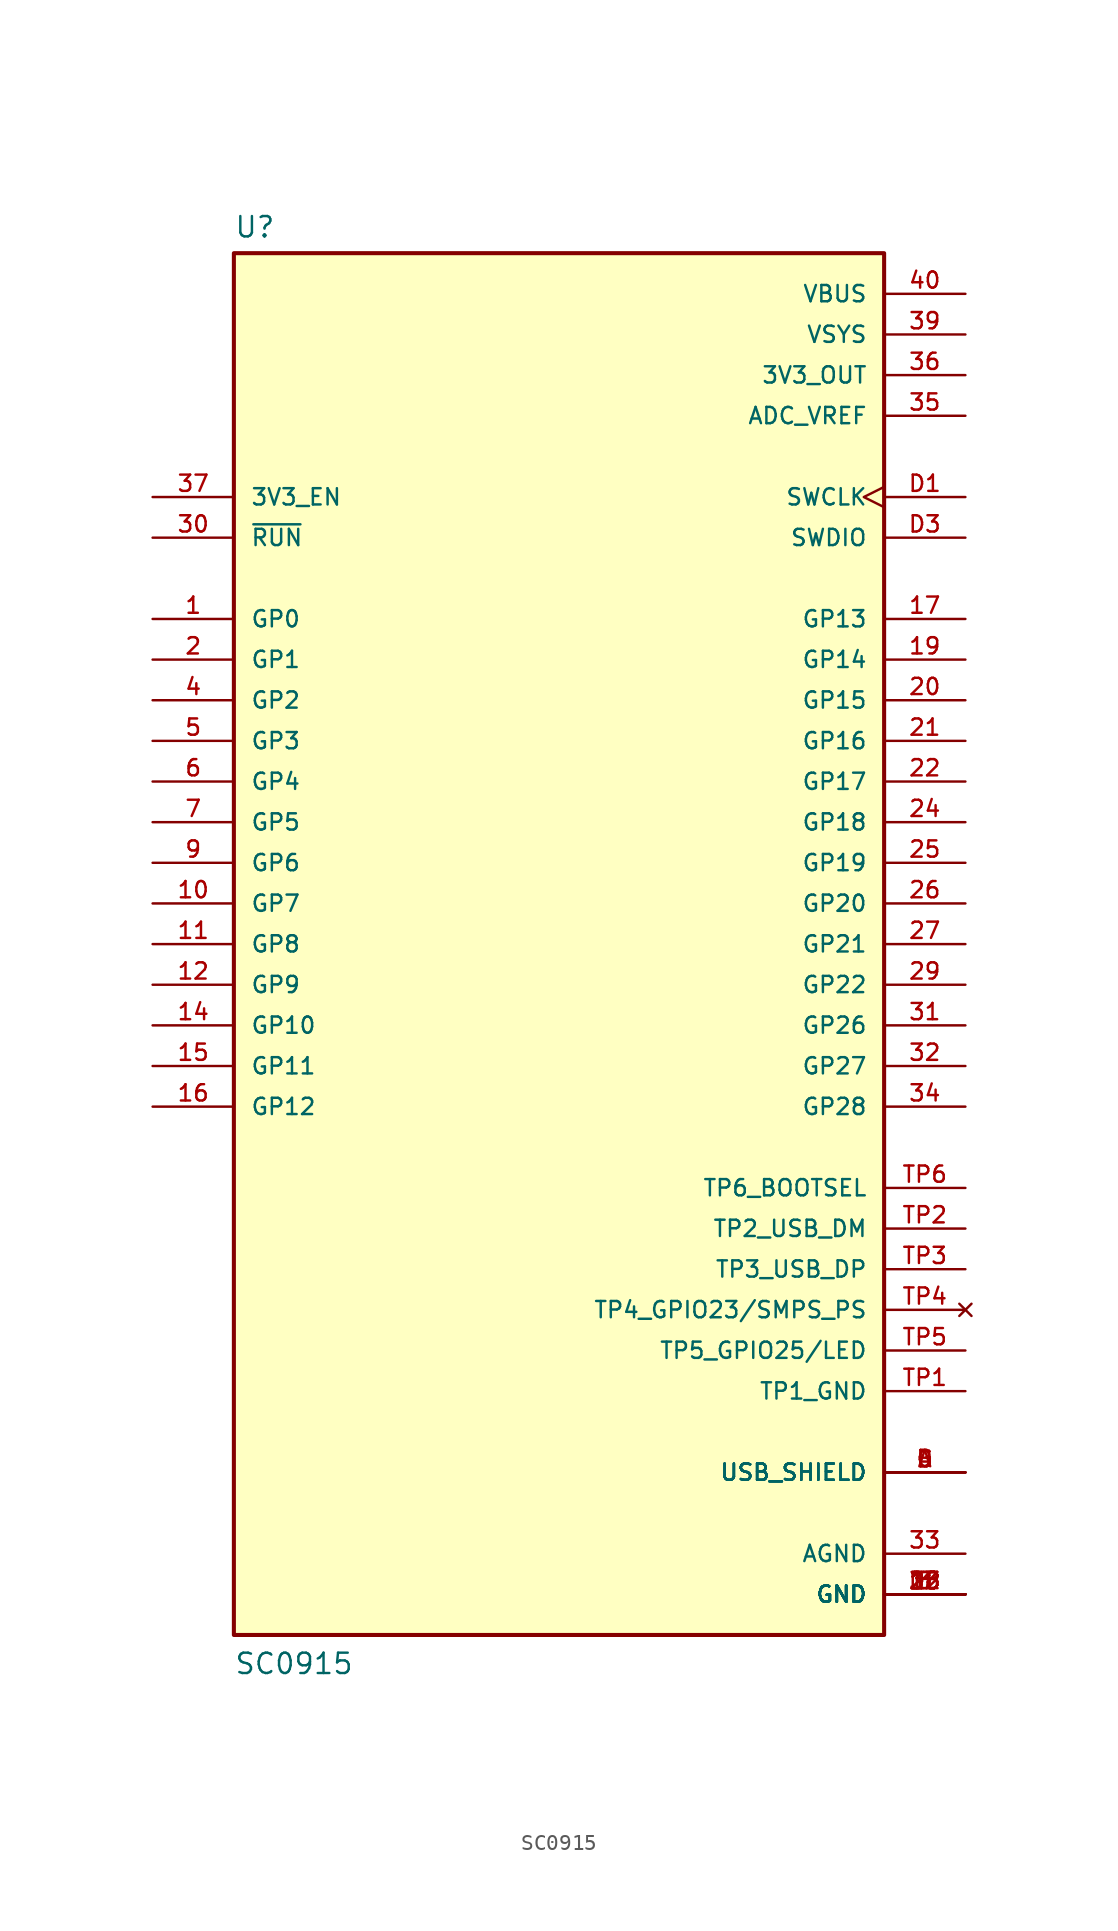
<source format=kicad_sym>
(kicad_symbol_lib
  (version 20220914)
  (generator kicad_symbol_editor)
  (symbol "SC0915"
    (pin_names
      (offset 1.016))
    (property "Reference" "U"
      (at -20.32 44.069 0)
      (effects (font (size 1.27 1.27)) (justify left bottom)))
    (property "Value" "SC0915"
      (at -20.32 -45.72 0)
      (effects (font (size 1.27 1.27)) (justify left bottom)))
    (symbol "SC0915_0_0"
      (rectangle (start -20.32 -43.18) (end 20.32 43.18) (stroke (width 0.254) (type default)) (fill (type background)))
      (pin bidirectional line (at -25.4 20.32 0) (length 5.08) (name "GP0" (effects (font (size 1.016 1.016)))) (number "1" (effects (font (size 1.016 1.016)))))
      (pin bidirectional line (at -25.4 2.54 0) (length 5.08) (name "GP7" (effects (font (size 1.016 1.016)))) (number "10" (effects (font (size 1.016 1.016)))))
      (pin bidirectional line (at -25.4 0 0) (length 5.08) (name "GP8" (effects (font (size 1.016 1.016)))) (number "11" (effects (font (size 1.016 1.016)))))
      (pin bidirectional line (at -25.4 -2.54 0) (length 5.08) (name "GP9" (effects (font (size 1.016 1.016)))) (number "12" (effects (font (size 1.016 1.016)))))
      (pin power_in line (at 25.4 -40.64 180) (length 5.08) (name "GND" (effects (font (size 1.016 1.016)))) (number "13" (effects (font (size 1.016 1.016)))))
      (pin bidirectional line (at -25.4 -5.08 0) (length 5.08) (name "GP10" (effects (font (size 1.016 1.016)))) (number "14" (effects (font (size 1.016 1.016)))))
      (pin bidirectional line (at -25.4 -7.62 0) (length 5.08) (name "GP11" (effects (font (size 1.016 1.016)))) (number "15" (effects (font (size 1.016 1.016)))))
      (pin bidirectional line (at -25.4 -10.16 0) (length 5.08) (name "GP12" (effects (font (size 1.016 1.016)))) (number "16" (effects (font (size 1.016 1.016)))))
      (pin bidirectional line (at 25.4 20.32 180) (length 5.08) (name "GP13" (effects (font (size 1.016 1.016)))) (number "17" (effects (font (size 1.016 1.016)))))
      (pin power_in line (at 25.4 -40.64 180) (length 5.08) (name "GND" (effects (font (size 1.016 1.016)))) (number "18" (effects (font (size 1.016 1.016)))))
      (pin bidirectional line (at 25.4 17.78 180) (length 5.08) (name "GP14" (effects (font (size 1.016 1.016)))) (number "19" (effects (font (size 1.016 1.016)))))
      (pin bidirectional line (at -25.4 17.78 0) (length 5.08) (name "GP1" (effects (font (size 1.016 1.016)))) (number "2" (effects (font (size 1.016 1.016)))))
      (pin bidirectional line (at 25.4 15.24 180) (length 5.08) (name "GP15" (effects (font (size 1.016 1.016)))) (number "20" (effects (font (size 1.016 1.016)))))
      (pin bidirectional line (at 25.4 12.7 180) (length 5.08) (name "GP16" (effects (font (size 1.016 1.016)))) (number "21" (effects (font (size 1.016 1.016)))))
      (pin bidirectional line (at 25.4 10.16 180) (length 5.08) (name "GP17" (effects (font (size 1.016 1.016)))) (number "22" (effects (font (size 1.016 1.016)))))
      (pin power_in line (at 25.4 -40.64 180) (length 5.08) (name "GND" (effects (font (size 1.016 1.016)))) (number "23" (effects (font (size 1.016 1.016)))))
      (pin bidirectional line (at 25.4 7.62 180) (length 5.08) (name "GP18" (effects (font (size 1.016 1.016)))) (number "24" (effects (font (size 1.016 1.016)))))
      (pin bidirectional line (at 25.4 5.08 180) (length 5.08) (name "GP19" (effects (font (size 1.016 1.016)))) (number "25" (effects (font (size 1.016 1.016)))))
      (pin bidirectional line (at 25.4 2.54 180) (length 5.08) (name "GP20" (effects (font (size 1.016 1.016)))) (number "26" (effects (font (size 1.016 1.016)))))
      (pin bidirectional line (at 25.4 0 180) (length 5.08) (name "GP21" (effects (font (size 1.016 1.016)))) (number "27" (effects (font (size 1.016 1.016)))))
      (pin power_in line (at 25.4 -40.64 180) (length 5.08) (name "GND" (effects (font (size 1.016 1.016)))) (number "28" (effects (font (size 1.016 1.016)))))
      (pin bidirectional line (at 25.4 -2.54 180) (length 5.08) (name "GP22" (effects (font (size 1.016 1.016)))) (number "29" (effects (font (size 1.016 1.016)))))
      (pin power_in line (at 25.4 -40.64 180) (length 5.08) (name "GND" (effects (font (size 1.016 1.016)))) (number "3" (effects (font (size 1.016 1.016)))))
      (pin input line (at -25.4 25.4 0) (length 5.08) (name "~{RUN}" (effects (font (size 1.016 1.016)))) (number "30" (effects (font (size 1.016 1.016)))))
      (pin bidirectional line (at 25.4 -5.08 180) (length 5.08) (name "GP26" (effects (font (size 1.016 1.016)))) (number "31" (effects (font (size 1.016 1.016)))))
      (pin bidirectional line (at 25.4 -7.62 180) (length 5.08) (name "GP27" (effects (font (size 1.016 1.016)))) (number "32" (effects (font (size 1.016 1.016)))))
      (pin power_in line (at 25.4 -38.1 180) (length 5.08) (name "AGND" (effects (font (size 1.016 1.016)))) (number "33" (effects (font (size 1.016 1.016)))))
      (pin bidirectional line (at 25.4 -10.16 180) (length 5.08) (name "GP28" (effects (font (size 1.016 1.016)))) (number "34" (effects (font (size 1.016 1.016)))))
      (pin power_in line (at 25.4 33.02 180) (length 5.08) (name "ADC_VREF" (effects (font (size 1.016 1.016)))) (number "35" (effects (font (size 1.016 1.016)))))
      (pin input line (at -25.4 27.94 0) (length 5.08) (name "3V3_EN" (effects (font (size 1.016 1.016)))) (number "37" (effects (font (size 1.016 1.016)))))
      (pin power_in line (at 25.4 -40.64 180) (length 5.08) (name "GND" (effects (font (size 1.016 1.016)))) (number "38" (effects (font (size 1.016 1.016)))))
      (pin power_in line (at 25.4 38.1 180) (length 5.08) (name "VSYS" (effects (font (size 1.016 1.016)))) (number "39" (effects (font (size 1.016 1.016)))))
      (pin bidirectional line (at -25.4 15.24 0) (length 5.08) (name "GP2" (effects (font (size 1.016 1.016)))) (number "4" (effects (font (size 1.016 1.016)))))
      (pin power_in line (at 25.4 40.64 180) (length 5.08) (name "VBUS" (effects (font (size 1.016 1.016)))) (number "40" (effects (font (size 1.016 1.016)))))
      (pin bidirectional line (at -25.4 12.7 0) (length 5.08) (name "GP3" (effects (font (size 1.016 1.016)))) (number "5" (effects (font (size 1.016 1.016)))))
      (pin bidirectional line (at -25.4 10.16 0) (length 5.08) (name "GP4" (effects (font (size 1.016 1.016)))) (number "6" (effects (font (size 1.016 1.016)))))
      (pin bidirectional line (at -25.4 7.62 0) (length 5.08) (name "GP5" (effects (font (size 1.016 1.016)))) (number "7" (effects (font (size 1.016 1.016)))))
      (pin power_in line (at 25.4 -40.64 180) (length 5.08) (name "GND" (effects (font (size 1.016 1.016)))) (number "8" (effects (font (size 1.016 1.016)))))
      (pin bidirectional line (at -25.4 5.08 0) (length 5.08) (name "GP6" (effects (font (size 1.016 1.016)))) (number "9" (effects (font (size 1.016 1.016)))))
      (pin power_in line (at 25.4 -33.02 180) (length 5.08) (name "USB_SHIELD" (effects (font (size 1.016 1.016)))) (number "A" (effects (font (size 1.016 1.016)))))
      (pin power_in line (at 25.4 -33.02 180) (length 5.08) (name "USB_SHIELD" (effects (font (size 1.016 1.016)))) (number "B" (effects (font (size 1.016 1.016)))))
      (pin power_in line (at 25.4 -33.02 180) (length 5.08) (name "USB_SHIELD" (effects (font (size 1.016 1.016)))) (number "C" (effects (font (size 1.016 1.016)))))
      (pin power_in line (at 25.4 -33.02 180) (length 5.08) (name "USB_SHIELD" (effects (font (size 1.016 1.016)))) (number "D" (effects (font (size 1.016 1.016)))))
      (pin input clock (at 25.4 27.94 180) (length 5.08) (name "SWCLK" (effects (font (size 1.016 1.016)))) (number "D1" (effects (font (size 1.016 1.016)))))
      (pin power_in line (at 25.4 -40.64 180) (length 5.08) (name "GND" (effects (font (size 1.016 1.016)))) (number "D2" (effects (font (size 1.016 1.016)))))
      (pin bidirectional line (at 25.4 25.4 180) (length 5.08) (name "SWDIO" (effects (font (size 1.016 1.016)))) (number "D3" (effects (font (size 1.016 1.016)))))
      (pin power_in line (at 25.4 -27.94 180) (length 5.08) (name "TP1_GND" (effects (font (size 1.016 1.016)))) (number "TP1" (effects (font (size 1.016 1.016)))))
      (pin bidirectional line (at 25.4 -17.78 180) (length 5.08) (name "TP2_USB_DM" (effects (font (size 1.016 1.016)))) (number "TP2" (effects (font (size 1.016 1.016)))))
      (pin bidirectional line (at 25.4 -20.32 180) (length 5.08) (name "TP3_USB_DP" (effects (font (size 1.016 1.016)))) (number "TP3" (effects (font (size 1.016 1.016)))))
      (pin no_connect line (at 25.4 -22.86 180) (length 5.08) (name "TP4_GPIO23/SMPS_PS" (effects (font (size 1.016 1.016)))) (number "TP4" (effects (font (size 1.016 1.016)))))
      (pin output line (at 25.4 -25.4 180) (length 5.08) (name "TP5_GPIO25/LED" (effects (font (size 1.016 1.016)))) (number "TP5" (effects (font (size 1.016 1.016)))))
      (pin input line (at 25.4 -15.24 180) (length 5.08) (name "TP6_BOOTSEL" (effects (font (size 1.016 1.016)))) (number "TP6" (effects (font (size 1.016 1.016))))))
    (symbol "SC0915_1_0"
      (pin power_out line (at 25.4 35.56 180) (length 5.08) (name "3V3_OUT" (effects (font (size 1.016 1.016)))) (number "36" (effects (font (size 1.016 1.016))))))))
</source>
